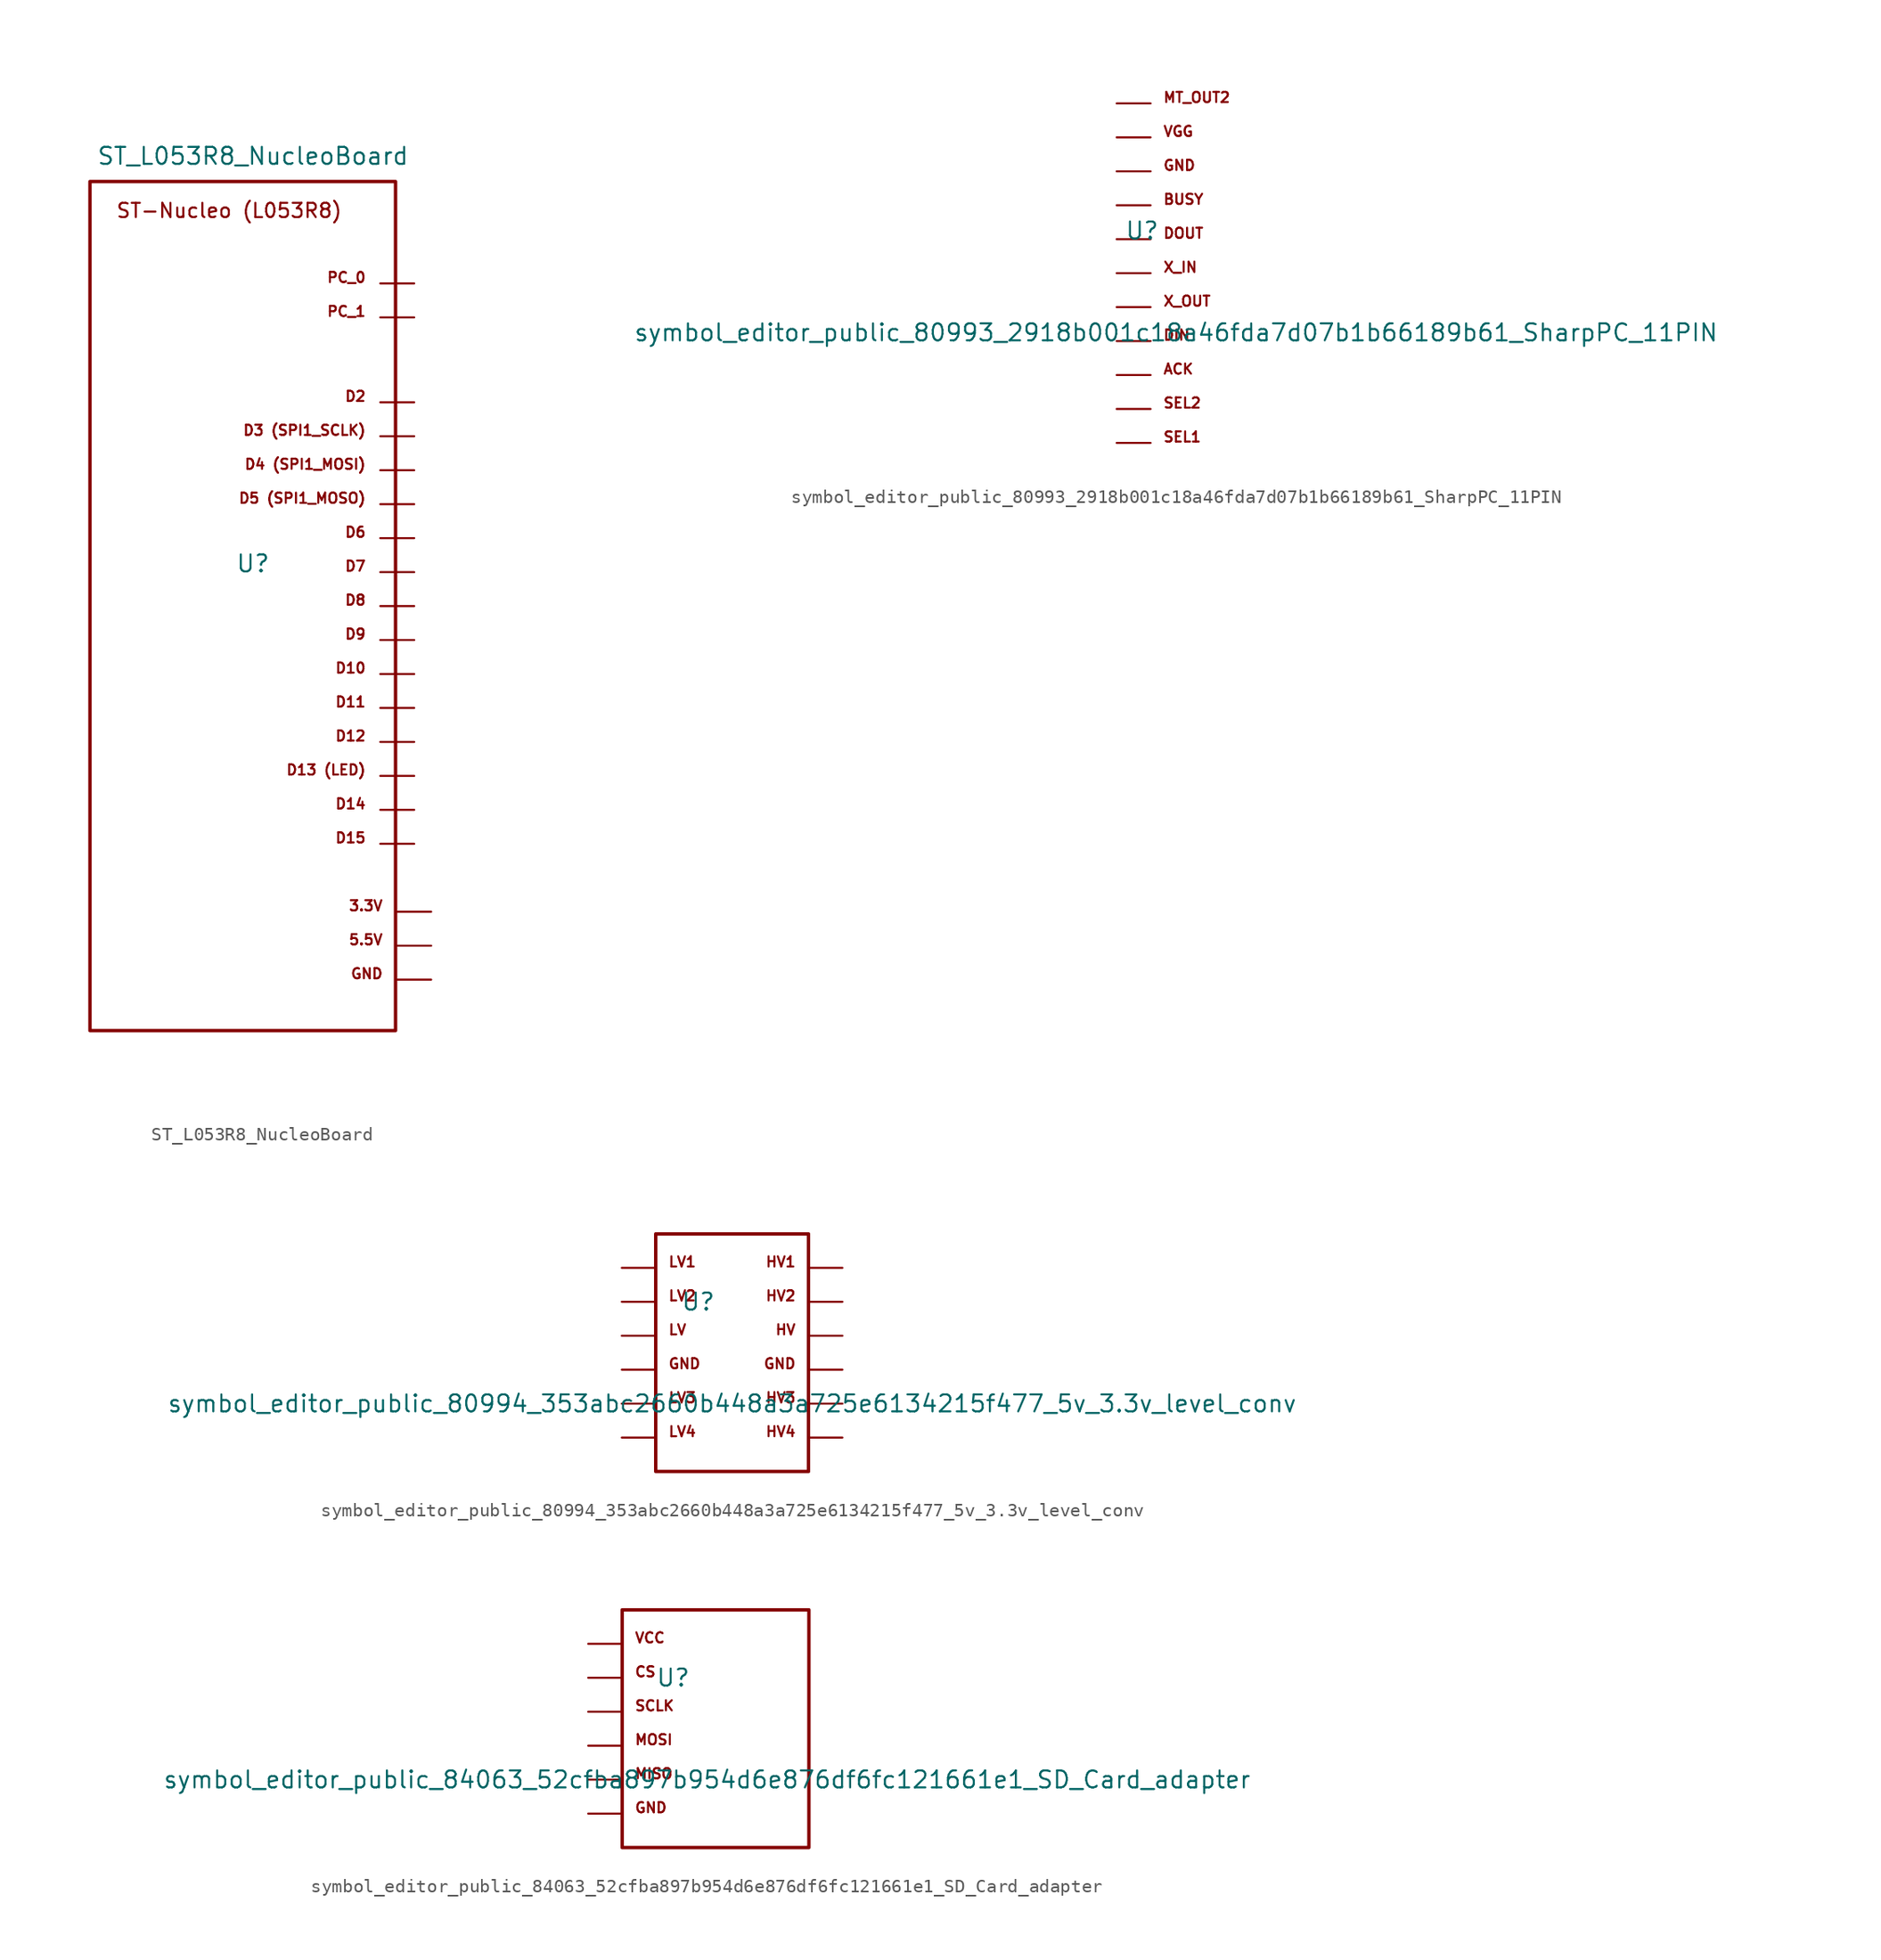
<source format=kicad_sym>
(kicad_symbol_lib
  (version 20211014)
  (generator kicad_symbol_editor)
  (symbol "ST_L053R8_NucleoBoard"
    (pin_numbers hide)
    (pin_names
      (offset 1.016) hide)
    (property "Reference" "U"
      (at -2.54 3.81 0)
      (effects (font (size 1.27 1.27))))
    (property "Value" "ST_L053R8_NucleoBoard"
      (at -2.54 34.29 0)
      (effects (font (size 1.27 1.27))))
    (symbol "ST_L053R8_NucleoBoard_0_0"
      (text " " (at -12.827 29.591 0) (effects (font (size 1.067 1.067)) (justify left bottom)))
      (text " " (at 5.969 -17.145 0) (effects (font (size 0.762 0.762)) (justify left bottom)))
      (text " " (at 5.969 -14.605 0) (effects (font (size 0.762 0.762)) (justify left bottom)))
      (text " " (at 5.969 -12.065 0) (effects (font (size 0.762 0.762)) (justify left bottom)))
      (text " " (at 5.969 -9.525 0) (effects (font (size 0.762 0.762)) (justify left bottom)))
      (text " " (at 5.969 -6.985 0) (effects (font (size 0.762 0.762)) (justify left bottom)))
      (text " " (at 5.969 -4.445 0) (effects (font (size 0.762 0.762)) (justify left bottom)))
      (text " " (at 5.969 -1.905 0) (effects (font (size 0.762 0.762)) (justify left bottom)))
      (text " " (at 5.969 0.635 0) (effects (font (size 0.762 0.762)) (justify left bottom)))
      (text " " (at 5.969 3.175 0) (effects (font (size 0.762 0.762)) (justify left bottom)))
      (text " " (at 5.969 5.715 0) (effects (font (size 0.762 0.762)) (justify left bottom)))
      (text " " (at 5.969 8.255 0) (effects (font (size 0.762 0.762)) (justify left bottom)))
      (text " " (at 5.969 10.795 0) (effects (font (size 0.762 0.762)) (justify left bottom)))
      (text " " (at 5.969 13.335 0) (effects (font (size 0.762 0.762)) (justify left bottom)))
      (text " " (at 5.969 15.875 0) (effects (font (size 0.762 0.762)) (justify left bottom)))
      (text " " (at 5.969 22.225 0) (effects (font (size 0.762 0.762)) (justify left bottom)))
      (text " " (at 5.969 24.765 0) (effects (font (size 0.762 0.762)) (justify left bottom)))
      (text " " (at 7.239 -27.305 0) (effects (font (size 0.762 0.762)) (justify left bottom)))
      (text " " (at 7.239 -24.765 0) (effects (font (size 0.762 0.762)) (justify left bottom)))
      (text " " (at 7.239 -22.225 0) (effects (font (size 0.762 0.762)) (justify left bottom)))
      (text "3.3V" (at 7.239 -22.225 0) (effects (font (size 0.762 0.762)) (justify right bottom)))
      (text "5.5V" (at 7.239 -24.765 0) (effects (font (size 0.762 0.762)) (justify right bottom)))
      (text "D10" (at 5.969 -4.445 0) (effects (font (size 0.762 0.762)) (justify right bottom)))
      (text "D11" (at 5.969 -6.985 0) (effects (font (size 0.762 0.762)) (justify right bottom)))
      (text "D12" (at 5.969 -9.525 0) (effects (font (size 0.762 0.762)) (justify right bottom)))
      (text "D13 (LED)" (at 5.969 -12.065 0) (effects (font (size 0.762 0.762)) (justify right bottom)))
      (text "D14" (at 5.969 -14.605 0) (effects (font (size 0.762 0.762)) (justify right bottom)))
      (text "D15" (at 5.969 -17.145 0) (effects (font (size 0.762 0.762)) (justify right bottom)))
      (text "D2" (at 5.969 15.875 0) (effects (font (size 0.762 0.762)) (justify right bottom)))
      (text "D3 (SPI1_SCLK)" (at 5.969 13.335 0) (effects (font (size 0.762 0.762)) (justify right bottom)))
      (text "D4 (SPI1_MOSI)" (at 5.969 10.795 0) (effects (font (size 0.762 0.762)) (justify right bottom)))
      (text "D5 (SPI1_MOSO)" (at 5.969 8.255 0) (effects (font (size 0.762 0.762)) (justify right bottom)))
      (text "D6" (at 5.969 5.715 0) (effects (font (size 0.762 0.762)) (justify right bottom)))
      (text "D7" (at 5.969 3.175 0) (effects (font (size 0.762 0.762)) (justify right bottom)))
      (text "D8" (at 5.969 0.635 0) (effects (font (size 0.762 0.762)) (justify right bottom)))
      (text "D9" (at 5.969 -1.905 0) (effects (font (size 0.762 0.762)) (justify right bottom)))
      (text "GND" (at 7.239 -27.305 0) (effects (font (size 0.762 0.762)) (justify right bottom)))
      (text "PC_0" (at 5.969 24.765 0) (effects (font (size 0.762 0.762)) (justify right bottom)))
      (text "PC_1" (at 5.969 22.225 0) (effects (font (size 0.762 0.762)) (justify right bottom)))
      (text "ST-Nucleo (L053R8)" (at -12.827 29.591 0) (effects (font (size 1.067 1.067)) (justify left bottom))))
    (symbol "ST_L053R8_NucleoBoard_0_1"
      (rectangle (start -14.732 -31.115) (end 8.128 32.385) (stroke (width 0.254) (type default) (color 0 0 0 0)) (fill (type none))))
    (symbol "ST_L053R8_NucleoBoard_1_1"
      (pin passive line (at 9.525 10.795 180) (length 2.54) (name "D4_(SPI1_MOSI)" (effects (font (size 1.016 1.016)))) (number "1" (effects (font (size 1.016 1.016)))))
      (pin passive line (at 10.795 -27.305 180) (length 2.54) (name "GND" (effects (font (size 1.016 1.016)))) (number "10" (effects (font (size 1.016 1.016)))))
      (pin passive line (at 10.795 -22.225 180) (length 2.54) (name "3.3V" (effects (font (size 1.016 1.016)))) (number "11" (effects (font (size 1.016 1.016)))))
      (pin passive line (at 10.795 -24.765 180) (length 2.54) (name "5.5V" (effects (font (size 1.016 1.016)))) (number "12" (effects (font (size 1.016 1.016)))))
      (pin passive line (at 9.525 -12.065 180) (length 2.54) (name "D13_(LED)" (effects (font (size 1.016 1.016)))) (number "13" (effects (font (size 1.016 1.016)))))
      (pin passive line (at 9.525 -14.605 180) (length 2.54) (name "D14" (effects (font (size 1.016 1.016)))) (number "14" (effects (font (size 1.016 1.016)))))
      (pin passive line (at 9.525 -17.145 180) (length 2.54) (name "D15" (effects (font (size 1.016 1.016)))) (number "15" (effects (font (size 1.016 1.016)))))
      (pin passive line (at 9.525 13.335 180) (length 2.54) (name "D3_(SPI1_SCLK)" (effects (font (size 1.016 1.016)))) (number "16" (effects (font (size 1.016 1.016)))))
      (pin passive line (at 9.525 15.875 180) (length 2.54) (name "D2" (effects (font (size 1.016 1.016)))) (number "17" (effects (font (size 1.016 1.016)))))
      (pin passive line (at 9.525 8.255 180) (length 2.54) (name "D5_(SPI1_MOSO)" (effects (font (size 1.016 1.016)))) (number "2" (effects (font (size 1.016 1.016)))))
      (pin passive line (at 9.525 24.765 180) (length 2.54) (name "PC_0" (effects (font (size 1.016 1.016)))) (number "20" (effects (font (size 1.016 1.016)))))
      (pin passive line (at 9.525 22.225 180) (length 2.54) (name "PC_1" (effects (font (size 1.016 1.016)))) (number "21" (effects (font (size 1.016 1.016)))))
      (pin passive line (at 9.525 5.715 180) (length 2.54) (name "D6" (effects (font (size 1.016 1.016)))) (number "3" (effects (font (size 1.016 1.016)))))
      (pin passive line (at 9.525 3.175 180) (length 2.54) (name "D7" (effects (font (size 1.016 1.016)))) (number "4" (effects (font (size 1.016 1.016)))))
      (pin passive line (at 9.525 0.635 180) (length 2.54) (name "D8" (effects (font (size 1.016 1.016)))) (number "5" (effects (font (size 1.016 1.016)))))
      (pin passive line (at 9.525 -1.905 180) (length 2.54) (name "D9" (effects (font (size 1.016 1.016)))) (number "6" (effects (font (size 1.016 1.016)))))
      (pin passive line (at 9.525 -4.445 180) (length 2.54) (name "D10" (effects (font (size 1.016 1.016)))) (number "7" (effects (font (size 1.016 1.016)))))
      (pin passive line (at 9.525 -6.985 180) (length 2.54) (name "D11" (effects (font (size 1.016 1.016)))) (number "8" (effects (font (size 1.016 1.016)))))
      (pin passive line (at 9.525 -9.525 180) (length 2.54) (name "D12" (effects (font (size 1.016 1.016)))) (number "9" (effects (font (size 1.016 1.016)))))))
  (symbol "symbol_editor_public_80993_2918b001c18a46fda7d07b1b66189b61_SharpPC_11PIN"
    (pin_numbers hide)
    (pin_names
      (offset 1.016) hide)
    (property "Reference" "U"
      (at -2.54 3.81 0)
      (effects (font (size 1.27 1.27))))
    (property "Value" "symbol_editor_public_80993_2918b001c18a46fda7d07b1b66189b61_SharpPC_11PIN"
      (at 0 -3.81 0)
      (effects (font (size 1.27 1.27))))
    (symbol "symbol_editor_public_80993_2918b001c18a46fda7d07b1b66189b61_SharpPC_11PIN_0_0"
      (text " " (at -1.016 -12.065 0) (effects (font (size 0.762 0.762)) (justify left bottom)))
      (text " " (at -1.016 -9.525 0) (effects (font (size 0.762 0.762)) (justify left bottom)))
      (text " " (at -1.016 -6.985 0) (effects (font (size 0.762 0.762)) (justify left bottom)))
      (text " " (at -1.016 -4.445 0) (effects (font (size 0.762 0.762)) (justify left bottom)))
      (text " " (at -1.016 -1.905 0) (effects (font (size 0.762 0.762)) (justify left bottom)))
      (text " " (at -1.016 0.635 0) (effects (font (size 0.762 0.762)) (justify left bottom)))
      (text " " (at -1.016 3.175 0) (effects (font (size 0.762 0.762)) (justify left bottom)))
      (text " " (at -1.016 5.715 0) (effects (font (size 0.762 0.762)) (justify left bottom)))
      (text " " (at -1.016 8.255 0) (effects (font (size 0.762 0.762)) (justify left bottom)))
      (text " " (at -1.016 10.795 0) (effects (font (size 0.762 0.762)) (justify left bottom)))
      (text " " (at -1.016 13.335 0) (effects (font (size 0.762 0.762)) (justify left bottom)))
      (text "ACK" (at -1.016 -6.985 0) (effects (font (size 0.762 0.762)) (justify left bottom)))
      (text "BUSY" (at -1.016 5.715 0) (effects (font (size 0.762 0.762)) (justify left bottom)))
      (text "DIN" (at -1.016 -4.445 0) (effects (font (size 0.762 0.762)) (justify left bottom)))
      (text "DOUT" (at -1.016 3.175 0) (effects (font (size 0.762 0.762)) (justify left bottom)))
      (text "GND" (at -1.016 8.255 0) (effects (font (size 0.762 0.762)) (justify left bottom)))
      (text "MT_OUT2" (at -1.016 13.335 0) (effects (font (size 0.762 0.762)) (justify left bottom)))
      (text "SEL1" (at -1.016 -12.065 0) (effects (font (size 0.762 0.762)) (justify left bottom)))
      (text "SEL2" (at -1.016 -9.525 0) (effects (font (size 0.762 0.762)) (justify left bottom)))
      (text "VGG" (at -1.016 10.795 0) (effects (font (size 0.762 0.762)) (justify left bottom)))
      (text "X_IN" (at -1.016 0.635 0) (effects (font (size 0.762 0.762)) (justify left bottom)))
      (text "X_OUT" (at -1.016 -1.905 0) (effects (font (size 0.762 0.762)) (justify left bottom))))
    (symbol "symbol_editor_public_80993_2918b001c18a46fda7d07b1b66189b61_SharpPC_11PIN_1_1"
      (pin passive line (at -4.445 13.335 0) (length 2.54) (name "MT_OUT2" (effects (font (size 1.016 1.016)))) (number "1" (effects (font (size 1.016 1.016)))))
      (pin passive line (at -4.445 10.795 0) (length 2.54) (name "VGG" (effects (font (size 1.016 1.016)))) (number "2" (effects (font (size 1.016 1.016)))))
      (pin passive line (at -4.445 -9.525 0) (length 2.54) (name "SEL2" (effects (font (size 1.016 1.016)))) (number "23" (effects (font (size 1.016 1.016)))))
      (pin passive line (at -4.445 -12.065 0) (length 2.54) (name "SEL1" (effects (font (size 1.016 1.016)))) (number "24" (effects (font (size 1.016 1.016)))))
      (pin passive line (at -4.445 8.255 0) (length 2.54) (name "GND" (effects (font (size 1.016 1.016)))) (number "3" (effects (font (size 1.016 1.016)))))
      (pin passive line (at -4.445 5.715 0) (length 2.54) (name "BUSY" (effects (font (size 1.016 1.016)))) (number "4" (effects (font (size 1.016 1.016)))))
      (pin passive line (at -4.445 3.175 0) (length 2.54) (name "DOUT" (effects (font (size 1.016 1.016)))) (number "5" (effects (font (size 1.016 1.016)))))
      (pin passive line (at -4.445 0.635 0) (length 2.54) (name "X_IN" (effects (font (size 1.016 1.016)))) (number "6" (effects (font (size 1.016 1.016)))))
      (pin passive line (at -4.445 -1.905 0) (length 2.54) (name "X_OUT" (effects (font (size 1.016 1.016)))) (number "7" (effects (font (size 1.016 1.016)))))
      (pin passive line (at -4.445 -4.445 0) (length 2.54) (name "DIN" (effects (font (size 1.016 1.016)))) (number "8" (effects (font (size 1.016 1.016)))))
      (pin passive line (at -4.445 -6.985 0) (length 2.54) (name "ACK" (effects (font (size 1.016 1.016)))) (number "9" (effects (font (size 1.016 1.016)))))))
  (symbol "symbol_editor_public_80994_353abc2660b448a3a725e6134215f477_5v_3.3v_level_conv"
    (pin_numbers hide)
    (pin_names
      (offset 1.016) hide)
    (property "Reference" "U"
      (at -2.54 3.81 0)
      (effects (font (size 1.27 1.27))))
    (property "Value" "symbol_editor_public_80994_353abc2660b448a3a725e6134215f477_5v_3.3v_level_conv"
      (at 0 -3.81 0)
      (effects (font (size 1.27 1.27))))
    (symbol "symbol_editor_public_80994_353abc2660b448a3a725e6134215f477_5v_3.3v_level_conv_0_0"
      (text " " (at -4.826 -6.35 0) (effects (font (size 0.762 0.762)) (justify left bottom)))
      (text " " (at -4.826 -3.81 0) (effects (font (size 0.762 0.762)) (justify left bottom)))
      (text " " (at -4.826 -1.27 0) (effects (font (size 0.762 0.762)) (justify left bottom)))
      (text " " (at -4.826 1.27 0) (effects (font (size 0.762 0.762)) (justify left bottom)))
      (text " " (at -4.826 3.81 0) (effects (font (size 0.762 0.762)) (justify left bottom)))
      (text " " (at -4.826 6.35 0) (effects (font (size 0.762 0.762)) (justify left bottom)))
      (text " " (at 4.826 -6.35 0) (effects (font (size 0.762 0.762)) (justify left bottom)))
      (text " " (at 4.826 -3.81 0) (effects (font (size 0.762 0.762)) (justify left bottom)))
      (text " " (at 4.826 -1.27 0) (effects (font (size 0.762 0.762)) (justify left bottom)))
      (text " " (at 4.826 1.27 0) (effects (font (size 0.762 0.762)) (justify left bottom)))
      (text " " (at 4.826 3.81 0) (effects (font (size 0.762 0.762)) (justify left bottom)))
      (text " " (at 4.826 6.35 0) (effects (font (size 0.762 0.762)) (justify left bottom)))
      (text "GND" (at -4.826 -1.27 0) (effects (font (size 0.762 0.762)) (justify left bottom)))
      (text "GND" (at 4.826 -1.27 0) (effects (font (size 0.762 0.762)) (justify right bottom)))
      (text "HV" (at 4.826 1.27 0) (effects (font (size 0.762 0.762)) (justify right bottom)))
      (text "HV1" (at 4.826 6.35 0) (effects (font (size 0.762 0.762)) (justify right bottom)))
      (text "HV2" (at 4.826 3.81 0) (effects (font (size 0.762 0.762)) (justify right bottom)))
      (text "HV3" (at 4.826 -3.81 0) (effects (font (size 0.762 0.762)) (justify right bottom)))
      (text "HV4" (at 4.826 -6.35 0) (effects (font (size 0.762 0.762)) (justify right bottom)))
      (text "LV" (at -4.826 1.27 0) (effects (font (size 0.762 0.762)) (justify left bottom)))
      (text "LV1" (at -4.826 6.35 0) (effects (font (size 0.762 0.762)) (justify left bottom)))
      (text "LV2" (at -4.826 3.81 0) (effects (font (size 0.762 0.762)) (justify left bottom)))
      (text "LV3" (at -4.826 -3.81 0) (effects (font (size 0.762 0.762)) (justify left bottom)))
      (text "LV4" (at -4.826 -6.35 0) (effects (font (size 0.762 0.762)) (justify left bottom))))
    (symbol "symbol_editor_public_80994_353abc2660b448a3a725e6134215f477_5v_3.3v_level_conv_0_1"
      (rectangle (start -5.715 -8.89) (end 5.715 8.89) (stroke (width 0.254) (type default) (color 0 0 0 0)) (fill (type none))))
    (symbol "symbol_editor_public_80994_353abc2660b448a3a725e6134215f477_5v_3.3v_level_conv_1_1"
      (pin passive line (at -8.255 6.35 0) (length 2.54) (name "LV1" (effects (font (size 1.016 1.016)))) (number "1" (effects (font (size 1.016 1.016)))))
      (pin passive line (at 8.255 3.81 180) (length 2.54) (name "HV2" (effects (font (size 1.016 1.016)))) (number "10" (effects (font (size 1.016 1.016)))))
      (pin passive line (at 8.255 1.27 180) (length 2.54) (name "HV" (effects (font (size 1.016 1.016)))) (number "11" (effects (font (size 1.016 1.016)))))
      (pin passive line (at 8.255 -1.27 180) (length 2.54) (name "GND" (effects (font (size 1.016 1.016)))) (number "12" (effects (font (size 1.016 1.016)))))
      (pin passive line (at -8.255 3.81 0) (length 2.54) (name "LV2" (effects (font (size 1.016 1.016)))) (number "2" (effects (font (size 1.016 1.016)))))
      (pin passive line (at -8.255 1.27 0) (length 2.54) (name "LV" (effects (font (size 1.016 1.016)))) (number "3" (effects (font (size 1.016 1.016)))))
      (pin passive line (at -8.255 -1.27 0) (length 2.54) (name "GND" (effects (font (size 1.016 1.016)))) (number "4" (effects (font (size 1.016 1.016)))))
      (pin passive line (at -8.255 -3.81 0) (length 2.54) (name "LV3" (effects (font (size 1.016 1.016)))) (number "5" (effects (font (size 1.016 1.016)))))
      (pin passive line (at -8.255 -6.35 0) (length 2.54) (name "LV4" (effects (font (size 1.016 1.016)))) (number "6" (effects (font (size 1.016 1.016)))))
      (pin passive line (at 8.255 -6.35 180) (length 2.54) (name "HV4" (effects (font (size 1.016 1.016)))) (number "7" (effects (font (size 1.016 1.016)))))
      (pin passive line (at 8.255 -3.81 180) (length 2.54) (name "HV3" (effects (font (size 1.016 1.016)))) (number "8" (effects (font (size 1.016 1.016)))))
      (pin passive line (at 8.255 6.35 180) (length 2.54) (name "HV1" (effects (font (size 1.016 1.016)))) (number "9" (effects (font (size 1.016 1.016)))))))
  (symbol "symbol_editor_public_84063_52cfba897b954d6e876df6fc121661e1_SD_Card_adapter"
    (pin_numbers hide)
    (pin_names
      (offset 1.016) hide)
    (property "Reference" "U"
      (at -2.54 3.81 0)
      (effects (font (size 1.27 1.27))))
    (property "Value" "symbol_editor_public_84063_52cfba897b954d6e876df6fc121661e1_SD_Card_adapter"
      (at 0 -3.81 0)
      (effects (font (size 1.27 1.27))))
    (symbol "symbol_editor_public_84063_52cfba897b954d6e876df6fc121661e1_SD_Card_adapter_0_0"
      (text " " (at -5.461 -6.35 0) (effects (font (size 0.762 0.762)) (justify left bottom)))
      (text " " (at -5.461 -3.81 0) (effects (font (size 0.762 0.762)) (justify left bottom)))
      (text " " (at -5.461 -1.27 0) (effects (font (size 0.762 0.762)) (justify left bottom)))
      (text " " (at -5.461 1.27 0) (effects (font (size 0.762 0.762)) (justify left bottom)))
      (text " " (at -5.461 3.81 0) (effects (font (size 0.762 0.762)) (justify left bottom)))
      (text " " (at -5.461 6.35 0) (effects (font (size 0.762 0.762)) (justify left bottom)))
      (text "CS" (at -5.461 3.81 0) (effects (font (size 0.762 0.762)) (justify left bottom)))
      (text "GND" (at -5.461 -6.35 0) (effects (font (size 0.762 0.762)) (justify left bottom)))
      (text "MISO" (at -5.461 -3.81 0) (effects (font (size 0.762 0.762)) (justify left bottom)))
      (text "MOSI" (at -5.461 -1.27 0) (effects (font (size 0.762 0.762)) (justify left bottom)))
      (text "SCLK" (at -5.461 1.27 0) (effects (font (size 0.762 0.762)) (justify left bottom)))
      (text "VCC" (at -5.461 6.35 0) (effects (font (size 0.762 0.762)) (justify left bottom))))
    (symbol "symbol_editor_public_84063_52cfba897b954d6e876df6fc121661e1_SD_Card_adapter_0_1"
      (rectangle (start -6.35 -8.89) (end 7.62 8.89) (stroke (width 0.254) (type default) (color 0 0 0 0)) (fill (type none))))
    (symbol "symbol_editor_public_84063_52cfba897b954d6e876df6fc121661e1_SD_Card_adapter_1_1"
      (pin passive line (at -8.89 6.35 0) (length 2.54) (name "VCC" (effects (font (size 1.016 1.016)))) (number "1" (effects (font (size 1.016 1.016)))))
      (pin passive line (at -8.89 -1.27 0) (length 2.54) (name "CS" (effects (font (size 1.016 1.016)))) (number "2" (effects (font (size 1.016 1.016)))))
      (pin passive line (at -8.89 3.81 0) (length 2.54) (name "CS" (effects (font (size 1.016 1.016)))) (number "2" (effects (font (size 1.016 1.016)))))
      (pin passive line (at -8.89 -3.81 0) (length 2.54) (name "MISO" (effects (font (size 1.016 1.016)))) (number "3" (effects (font (size 1.016 1.016)))))
      (pin passive line (at -8.89 1.27 0) (length 2.54) (name "MISO" (effects (font (size 1.016 1.016)))) (number "3" (effects (font (size 1.016 1.016)))))
      (pin passive line (at -8.89 -6.35 0) (length 2.54) (name "GND" (effects (font (size 1.016 1.016)))) (number "6" (effects (font (size 1.016 1.016))))))))
</source>
